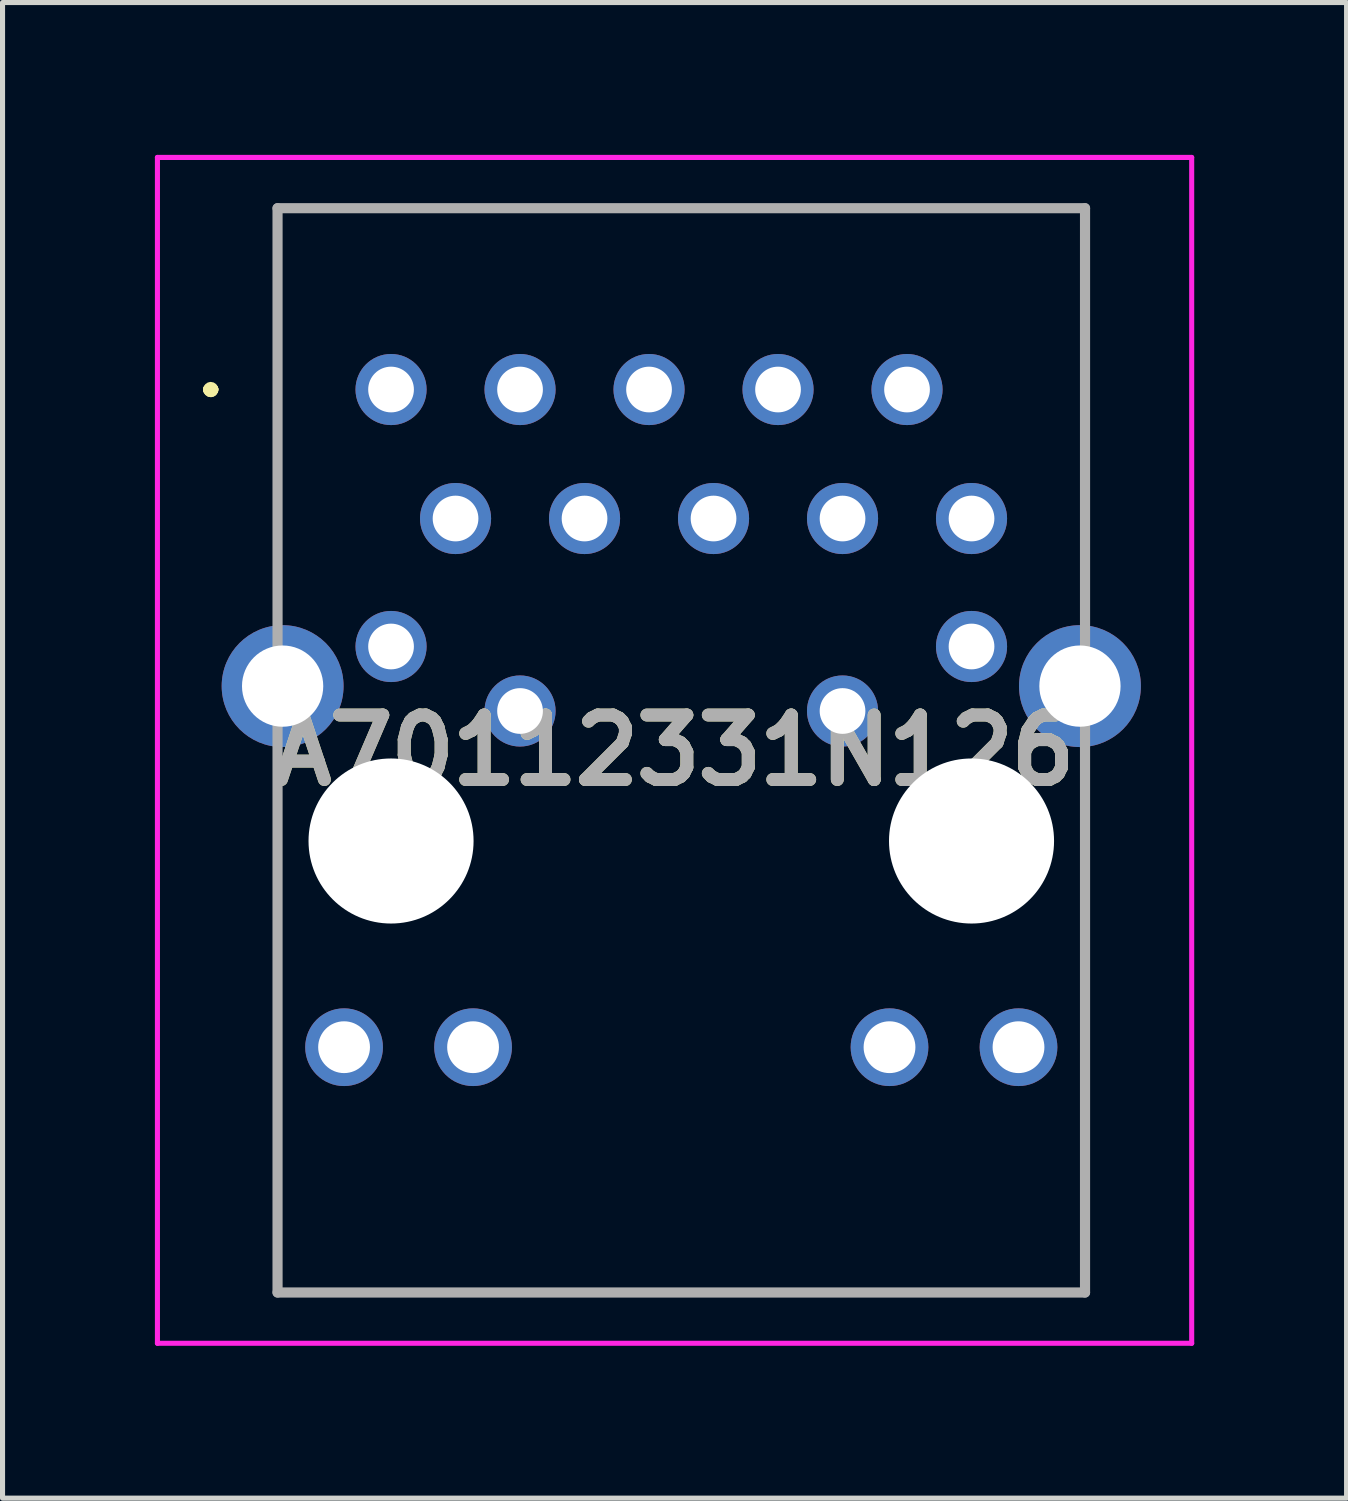
<source format=kicad_pcb>
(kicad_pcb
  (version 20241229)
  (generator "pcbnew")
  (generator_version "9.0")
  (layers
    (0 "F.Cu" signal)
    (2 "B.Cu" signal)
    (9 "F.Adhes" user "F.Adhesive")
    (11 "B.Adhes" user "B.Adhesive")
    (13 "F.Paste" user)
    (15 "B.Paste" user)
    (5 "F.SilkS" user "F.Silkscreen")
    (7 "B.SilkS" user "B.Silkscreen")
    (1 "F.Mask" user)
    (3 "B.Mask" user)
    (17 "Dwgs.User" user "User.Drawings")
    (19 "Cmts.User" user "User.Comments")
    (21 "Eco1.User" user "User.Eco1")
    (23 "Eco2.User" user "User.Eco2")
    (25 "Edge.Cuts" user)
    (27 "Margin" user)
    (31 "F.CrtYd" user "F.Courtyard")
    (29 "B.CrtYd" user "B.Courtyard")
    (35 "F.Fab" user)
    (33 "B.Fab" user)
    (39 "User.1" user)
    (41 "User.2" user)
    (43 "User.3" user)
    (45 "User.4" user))
  (footprint "A70112331N126"
    (layer "F.Cu")
    (at 4.65 4.62)
    (property "Reference" "A70112331N126" (at 5.582 7.105 0) (layer "F.SilkS") (effects (font (size 1.27 1.27) (thickness 0.254))))
    (attr through_hole)
    (fp_line (start -3.6 0) (end -3.6 0) (stroke (width 0.2) (type solid)) (layer "F.SilkS"))
    (fp_line (start -3.6 0) (end -3.6 0) (stroke (width 0.2) (type solid)) (layer "F.SilkS"))
    (fp_line (start -3.5 0) (end -3.5 0) (stroke (width 0.2) (type solid)) (layer "F.SilkS"))
    (fp_line (start -2.235 -3.57) (end -2.235 -3.57) (stroke (width 0.1) (type solid)) (layer "F.SilkS"))
    (fp_line (start -2.235 -3.57) (end -2.235 -3.57) (stroke (width 0.1) (type solid)) (layer "F.SilkS"))
    (fp_line (start -2.235 -3.57) (end -2.235 3.89) (stroke (width 0.1) (type solid)) (layer "F.SilkS"))
    (fp_line (start -2.235 -3.57) (end 13.665 -3.57) (stroke (width 0.1) (type solid)) (layer "F.SilkS"))
    (fp_line (start -2.235 3.89) (end -2.235 -3.57) (stroke (width 0.1) (type solid)) (layer "F.SilkS"))
    (fp_line (start -2.235 3.89) (end -2.235 3.89) (stroke (width 0.1) (type solid)) (layer "F.SilkS"))
    (fp_line (start -2.235 7.64) (end -2.235 7.64) (stroke (width 0.1) (type solid)) (layer "F.SilkS"))
    (fp_line (start -2.235 7.64) (end -2.235 17.78) (stroke (width 0.1) (type solid)) (layer "F.SilkS"))
    (fp_line (start -2.235 17.78) (end -2.235 7.64) (stroke (width 0.1) (type solid)) (layer "F.SilkS"))
    (fp_line (start -2.235 17.78) (end -2.235 17.78) (stroke (width 0.1) (type solid)) (layer "F.SilkS"))
    (fp_line (start -2.235 17.78) (end -2.235 17.78) (stroke (width 0.1) (type solid)) (layer "F.SilkS"))
    (fp_line (start -2.235 17.78) (end 13.665 17.78) (stroke (width 0.1) (type solid)) (layer "F.SilkS"))
    (fp_line (start 13.665 -3.57) (end -2.235 -3.57) (stroke (width 0.1) (type solid)) (layer "F.SilkS"))
    (fp_line (start 13.665 -3.57) (end 13.665 -3.57) (stroke (width 0.1) (type solid)) (layer "F.SilkS"))
    (fp_line (start 13.665 -3.57) (end 13.665 -3.57) (stroke (width 0.1) (type solid)) (layer "F.SilkS"))
    (fp_line (start 13.665 -3.57) (end 13.665 4.14) (stroke (width 0.1) (type solid)) (layer "F.SilkS"))
    (fp_line (start 13.665 4.14) (end 13.665 -3.57) (stroke (width 0.1) (type solid)) (layer "F.SilkS"))
    (fp_line (start 13.665 4.14) (end 13.665 4.14) (stroke (width 0.1) (type solid)) (layer "F.SilkS"))
    (fp_line (start 13.665 7.64) (end 13.665 7.64) (stroke (width 0.1) (type solid)) (layer "F.SilkS"))
    (fp_line (start 13.665 7.64) (end 13.665 17.78) (stroke (width 0.1) (type solid)) (layer "F.SilkS"))
    (fp_line (start 13.665 17.78) (end -2.235 17.78) (stroke (width 0.1) (type solid)) (layer "F.SilkS"))
    (fp_line (start 13.665 17.78) (end 13.665 7.64) (stroke (width 0.1) (type solid)) (layer "F.SilkS"))
    (fp_line (start 13.665 17.78) (end 13.665 17.78) (stroke (width 0.1) (type solid)) (layer "F.SilkS"))
    (fp_line (start 13.665 17.78) (end 13.665 17.78) (stroke (width 0.1) (type solid)) (layer "F.SilkS"))
    (fp_arc (start -3.6 0) (mid -3.55 -0.05) (end -3.5 0) (stroke (width 0.2) (type solid)) (layer "F.SilkS"))
    (fp_arc (start -3.5 0) (mid -3.55 0.05) (end -3.6 0) (stroke (width 0.2) (type solid)) (layer "F.SilkS"))
    (fp_arc (start -3.5 0) (mid -3.55 0.05) (end -3.6 0) (stroke (width 0.2) (type solid)) (layer "F.SilkS"))
    (fp_line (start -4.6 -4.57) (end 15.765 -4.57) (stroke (width 0.1) (type solid)) (layer "F.CrtYd"))
    (fp_line (start -4.6 18.78) (end -4.6 -4.57) (stroke (width 0.1) (type solid)) (layer "F.CrtYd"))
    (fp_line (start 15.765 -4.57) (end 15.765 18.78) (stroke (width 0.1) (type solid)) (layer "F.CrtYd"))
    (fp_line (start 15.765 18.78) (end -4.6 18.78) (stroke (width 0.1) (type solid)) (layer "F.CrtYd"))
    (fp_line (start -2.235 -3.57) (end -2.235 17.78) (stroke (width 0.2) (type solid)) (layer "F.Fab"))
    (fp_line (start -2.235 17.78) (end 13.665 17.78) (stroke (width 0.2) (type solid)) (layer "F.Fab"))
    (fp_line (start 13.665 -3.57) (end -2.235 -3.57) (stroke (width 0.2) (type solid)) (layer "F.Fab"))
    (fp_line (start 13.665 17.78) (end 13.665 -3.57) (stroke (width 0.2) (type solid)) (layer "F.Fab"))
    (fp_text user "${REFERENCE}" (at 5.582 7.105 0) (layer "F.Fab") (effects (font (size 1.27 1.27) (thickness 0.254))))
    (pad "" np_thru_hole circle (at 0 8.89) (size 3.25 3.25) (drill 3.25) (layers "*.Cu" "*.Mask"))
    (pad "" np_thru_hole circle (at 11.43 8.89) (size 3.25 3.25) (drill 3.25) (layers "*.Cu" "*.Mask"))
    (pad "MH1" thru_hole circle (at -2.135 5.84) (size 2.4 2.4) (drill 1.6) (layers "*.Cu" "*.Mask"))
    (pad "MH2" thru_hole circle (at 13.565 5.84) (size 2.4 2.4) (drill 1.6) (layers "*.Cu" "*.Mask"))
    (pad "P1" thru_hole circle (at 0 0) (size 1.4 1.4) (drill 0.9) (layers "*.Cu" "*.Mask"))
    (pad "P2" thru_hole circle (at 1.27 2.54) (size 1.4 1.4) (drill 0.9) (layers "*.Cu" "*.Mask"))
    (pad "P3" thru_hole circle (at 2.54 0) (size 1.4 1.4) (drill 0.9) (layers "*.Cu" "*.Mask"))
    (pad "P4" thru_hole circle (at 3.81 2.54) (size 1.4 1.4) (drill 0.9) (layers "*.Cu" "*.Mask"))
    (pad "P5" thru_hole circle (at 5.08 0) (size 1.4 1.4) (drill 0.9) (layers "*.Cu" "*.Mask"))
    (pad "P6" thru_hole circle (at 6.35 2.54) (size 1.4 1.4) (drill 0.9) (layers "*.Cu" "*.Mask"))
    (pad "P7" thru_hole circle (at 7.62 0) (size 1.4 1.4) (drill 0.9) (layers "*.Cu" "*.Mask"))
    (pad "P8" thru_hole circle (at 8.89 2.54) (size 1.4 1.4) (drill 0.9) (layers "*.Cu" "*.Mask"))
    (pad "P9" thru_hole circle (at 10.16 0) (size 1.4 1.4) (drill 0.9) (layers "*.Cu" "*.Mask"))
    (pad "P10" thru_hole circle (at 11.43 2.54) (size 1.4 1.4) (drill 0.9) (layers "*.Cu" "*.Mask"))
    (pad "P11" thru_hole circle (at 0 5.06) (size 1.4 1.4) (drill 0.9) (layers "*.Cu" "*.Mask"))
    (pad "P12" thru_hole circle (at 2.54 6.33) (size 1.4 1.4) (drill 0.9) (layers "*.Cu" "*.Mask"))
    (pad "P13" thru_hole circle (at 8.89 6.33) (size 1.4 1.4) (drill 0.9) (layers "*.Cu" "*.Mask"))
    (pad "P14" thru_hole circle (at 11.43 5.06) (size 1.4 1.4) (drill 0.9) (layers "*.Cu" "*.Mask"))
    (pad "P15" thru_hole circle (at -0.925 12.95) (size 1.53 1.53) (drill 1.02) (layers "*.Cu" "*.Mask"))
    (pad "P16" thru_hole circle (at 1.615 12.95) (size 1.53 1.53) (drill 1.02) (layers "*.Cu" "*.Mask"))
    (pad "P17" thru_hole circle (at 9.815 12.95) (size 1.53 1.53) (drill 1.02) (layers "*.Cu" "*.Mask"))
    (pad "P18" thru_hole circle (at 12.355 12.95) (size 1.53 1.53) (drill 1.02) (layers "*.Cu" "*.Mask")))
  (gr_rect
    (start -3 -3)
    (end 23.465 26.45)
    (stroke (width 0.1) (type default))
    (fill no)
    (layer "Edge.Cuts")))
</source>
